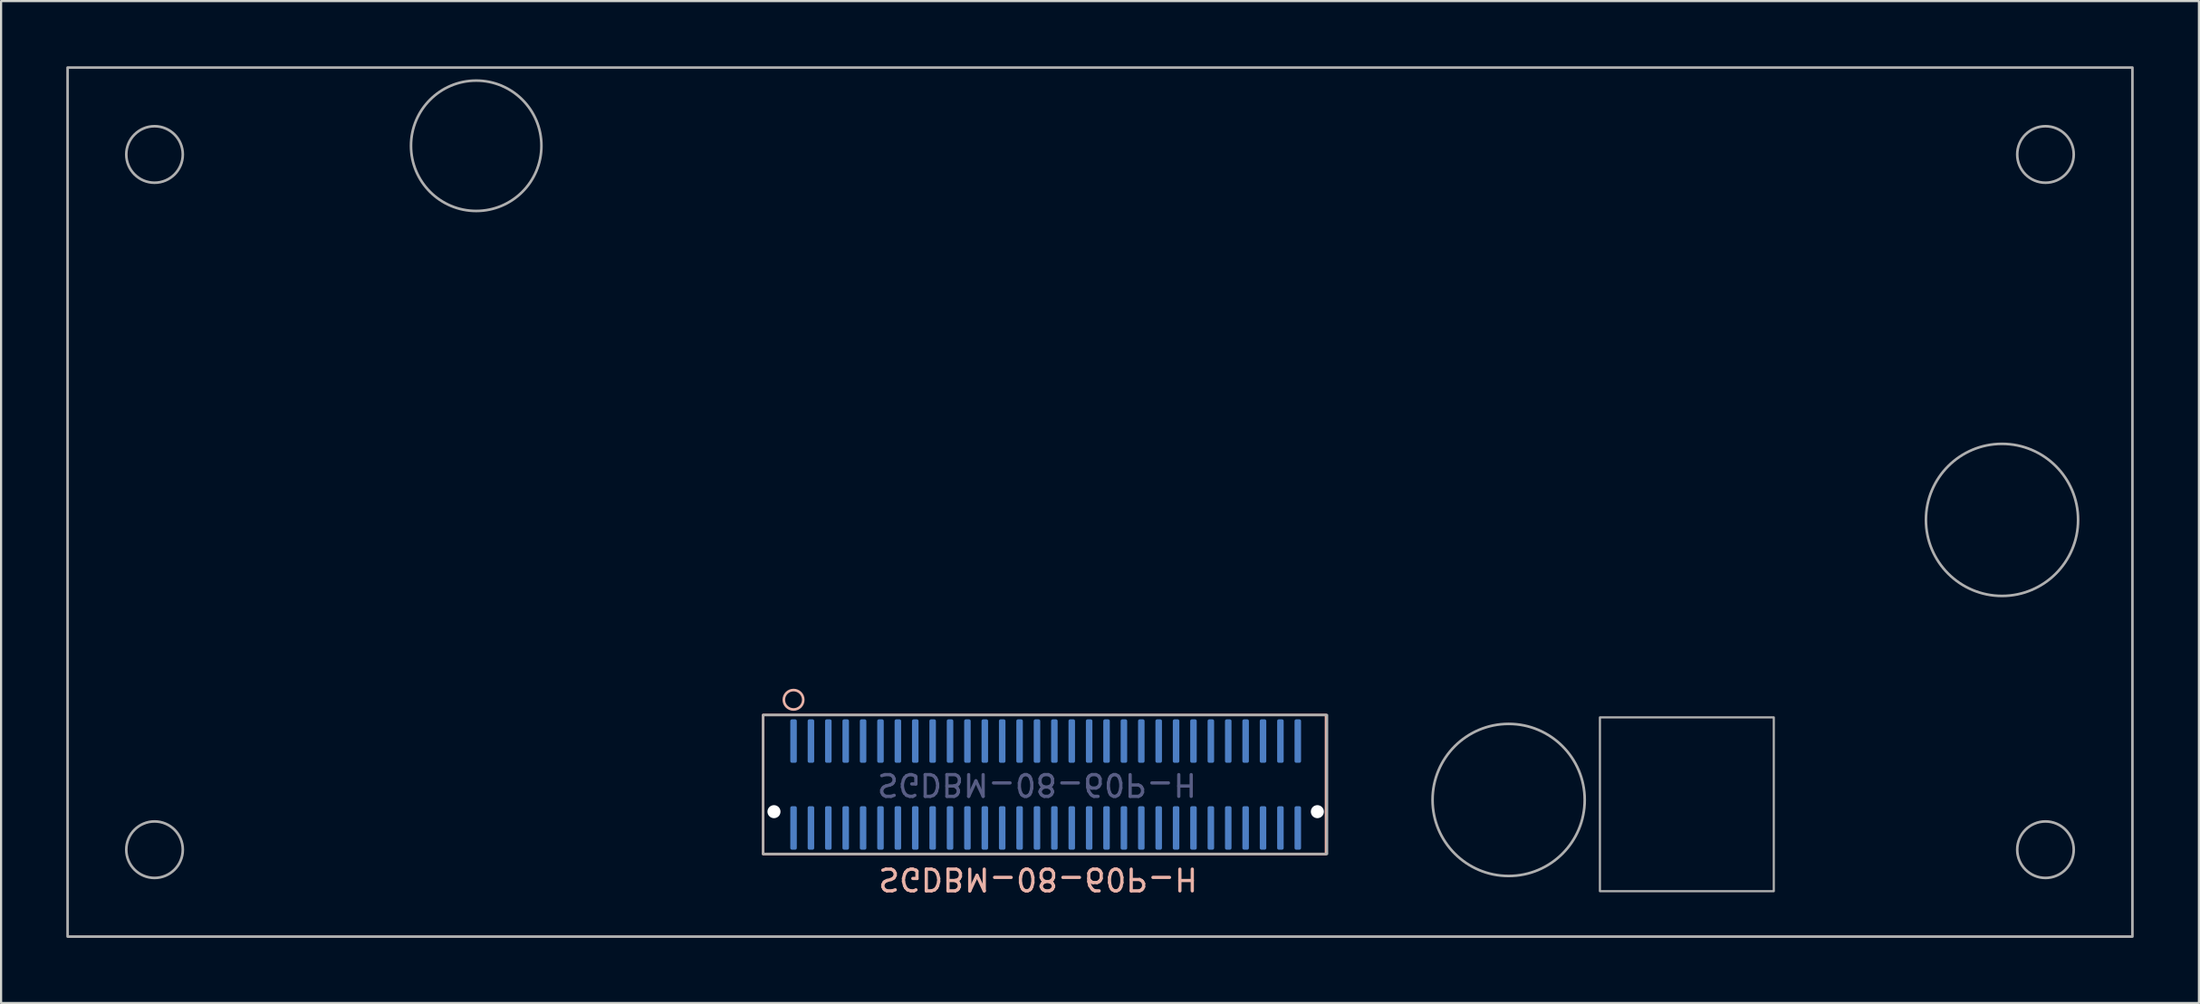
<source format=kicad_pcb>
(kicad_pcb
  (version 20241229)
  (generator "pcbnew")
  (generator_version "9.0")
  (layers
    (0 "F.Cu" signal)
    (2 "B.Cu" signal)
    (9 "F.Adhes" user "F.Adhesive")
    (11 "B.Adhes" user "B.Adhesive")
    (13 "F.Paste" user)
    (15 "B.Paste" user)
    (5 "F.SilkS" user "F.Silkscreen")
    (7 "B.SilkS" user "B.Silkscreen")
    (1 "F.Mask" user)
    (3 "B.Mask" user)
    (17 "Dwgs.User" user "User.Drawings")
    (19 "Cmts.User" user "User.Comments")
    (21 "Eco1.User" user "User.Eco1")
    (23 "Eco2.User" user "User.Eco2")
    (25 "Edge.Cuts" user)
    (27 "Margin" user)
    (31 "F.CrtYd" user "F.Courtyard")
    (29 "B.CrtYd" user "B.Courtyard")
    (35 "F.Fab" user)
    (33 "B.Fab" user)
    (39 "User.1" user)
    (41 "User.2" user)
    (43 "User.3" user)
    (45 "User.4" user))
  (footprint "SGDBM-08-60P-H"
    (layer "F.Cu")
    (at 45.06 33.06)
    (property "Reference" "SGDBM-08-60P-H" (at -0.35 4.35 180) (unlocked yes) (layer "B.SilkS") (effects (font (size 1 1) (thickness 0.15)) (justify mirror)))
    (attr smd)
    (fp_rect (start -13 3.2) (end 12.9 -3.2) (stroke (width 0.12) (type solid)) (fill no) (layer "B.SilkS"))
    (fp_circle (center -11.6 -3.9) (end -11.2 -4.1) (stroke (width 0.12) (type solid)) (fill no) (layer "B.SilkS"))
    (fp_rect (start -45 -33) (end 50 7) (stroke (width 0.12) (type solid)) (fill no) (layer "F.Fab"))
    (fp_rect (start 12.95 3.2) (end -13 -3.2) (stroke (width 0.1) (type solid)) (fill no) (layer "F.Fab"))
    (fp_rect (start 25.5 -3.09) (end 33.5 4.91) (stroke (width 0.1) (type solid)) (fill no) (layer "F.Fab"))
    (fp_circle (center -41 -29) (end -39.7 -29) (stroke (width 0.12) (type solid)) (fill no) (layer "F.Fab"))
    (fp_circle (center -41 3) (end -39.7 3) (stroke (width 0.12) (type solid)) (fill no) (layer "F.Fab"))
    (fp_circle (center -26.2 -29.4) (end -23.2 -29.4) (stroke (width 0.12) (type solid)) (fill no) (layer "F.Fab"))
    (fp_circle (center 21.3 0.71) (end 24.8 0.71) (stroke (width 0.12) (type solid)) (fill no) (layer "F.Fab"))
    (fp_circle (center 44 -12.18) (end 47.5 -12.18) (stroke (width 0.12) (type solid)) (fill no) (layer "F.Fab"))
    (fp_circle (center 46 -29) (end 47.3 -29) (stroke (width 0.12) (type solid)) (fill no) (layer "F.Fab"))
    (fp_circle (center 46 3) (end 47.3 3) (stroke (width 0.12) (type solid)) (fill no) (layer "F.Fab"))
    (fp_text user "${REFERENCE}" (at -0.4 0 180) (unlocked yes) (layer "B.Fab") (effects (font (size 1 1) (thickness 0.15)) (justify mirror)))
    (pad "" np_thru_hole circle (at -12.5 1.25 180) (size 0.6 0.6) (drill 0.6) (layers "*.Cu" "*.Mask"))
    (pad "" np_thru_hole circle (at 12.5 1.25 180) (size 0.6 0.6) (drill 0.6) (layers "*.Cu" "*.Mask"))
    (pad "1" smd roundrect (at 11.6 -2) (size 0.3 2) (layers "B.Cu" "B.Mask" "B.Paste") (roundrect_rratio 0.25))
    (pad "2" smd roundrect (at 11.6 2) (size 0.3 2) (layers "B.Cu" "B.Mask" "B.Paste") (roundrect_rratio 0.25))
    (pad "3" smd roundrect (at 10.8 -2) (size 0.3 2) (layers "B.Cu" "B.Mask" "B.Paste") (roundrect_rratio 0.25))
    (pad "4" smd roundrect (at 10.8 2) (size 0.3 2) (layers "B.Cu" "B.Mask" "B.Paste") (roundrect_rratio 0.25))
    (pad "5" smd roundrect (at 10 -2) (size 0.3 2) (layers "B.Cu" "B.Mask" "B.Paste") (roundrect_rratio 0.25))
    (pad "6" smd roundrect (at 10 2) (size 0.3 2) (layers "B.Cu" "B.Mask" "B.Paste") (roundrect_rratio 0.25))
    (pad "7" smd roundrect (at 9.2 -2) (size 0.3 2) (layers "B.Cu" "B.Mask" "B.Paste") (roundrect_rratio 0.25))
    (pad "8" smd roundrect (at 9.2 2) (size 0.3 2) (layers "B.Cu" "B.Mask" "B.Paste") (roundrect_rratio 0.25))
    (pad "9" smd roundrect (at 8.4 -2) (size 0.3 2) (layers "B.Cu" "B.Mask" "B.Paste") (roundrect_rratio 0.25))
    (pad "10" smd roundrect (at 8.4 2) (size 0.3 2) (layers "B.Cu" "B.Mask" "B.Paste") (roundrect_rratio 0.25))
    (pad "11" smd roundrect (at 7.6 -2) (size 0.3 2) (layers "B.Cu" "B.Mask" "B.Paste") (roundrect_rratio 0.25))
    (pad "12" smd roundrect (at 7.6 2) (size 0.3 2) (layers "B.Cu" "B.Mask" "B.Paste") (roundrect_rratio 0.25))
    (pad "13" smd roundrect (at 6.8 -2) (size 0.3 2) (layers "B.Cu" "B.Mask" "B.Paste") (roundrect_rratio 0.25))
    (pad "14" smd roundrect (at 6.8 2) (size 0.3 2) (layers "B.Cu" "B.Mask" "B.Paste") (roundrect_rratio 0.25))
    (pad "15" smd roundrect (at 6 -2) (size 0.3 2) (layers "B.Cu" "B.Mask" "B.Paste") (roundrect_rratio 0.25))
    (pad "16" smd roundrect (at 5.2 2) (size 0.3 2) (layers "B.Cu" "B.Mask" "B.Paste") (roundrect_rratio 0.25))
    (pad "17" smd roundrect (at 5.2 -2) (size 0.3 2) (layers "B.Cu" "B.Mask" "B.Paste") (roundrect_rratio 0.25))
    (pad "18" smd roundrect (at 6 2) (size 0.3 2) (layers "B.Cu" "B.Mask" "B.Paste") (roundrect_rratio 0.25))
    (pad "19" smd roundrect (at 4.4 -2) (size 0.3 2) (layers "B.Cu" "B.Mask" "B.Paste") (roundrect_rratio 0.25))
    (pad "20" smd roundrect (at 4.4 2) (size 0.3 2) (layers "B.Cu" "B.Mask" "B.Paste") (roundrect_rratio 0.25))
    (pad "21" smd roundrect (at 3.6 -2) (size 0.3 2) (layers "B.Cu" "B.Mask" "B.Paste") (roundrect_rratio 0.25))
    (pad "22" smd roundrect (at 3.6 2) (size 0.3 2) (layers "B.Cu" "B.Mask" "B.Paste") (roundrect_rratio 0.25))
    (pad "23" smd roundrect (at 2.8 -2) (size 0.3 2) (layers "B.Cu" "B.Mask" "B.Paste") (roundrect_rratio 0.25))
    (pad "24" smd roundrect (at 2.8 2) (size 0.3 2) (layers "B.Cu" "B.Mask" "B.Paste") (roundrect_rratio 0.25))
    (pad "25" smd roundrect (at 2 -2) (size 0.3 2) (layers "B.Cu" "B.Mask" "B.Paste") (roundrect_rratio 0.25))
    (pad "26" smd roundrect (at 2 2) (size 0.3 2) (layers "B.Cu" "B.Mask" "B.Paste") (roundrect_rratio 0.25))
    (pad "27" smd roundrect (at 1.2 -2) (size 0.3 2) (layers "B.Cu" "B.Mask" "B.Paste") (roundrect_rratio 0.25))
    (pad "28" smd roundrect (at 1.2 2) (size 0.3 2) (layers "B.Cu" "B.Mask" "B.Paste") (roundrect_rratio 0.25))
    (pad "29" smd roundrect (at 0.4 -2) (size 0.3 2) (layers "B.Cu" "B.Mask" "B.Paste") (roundrect_rratio 0.25))
    (pad "30" smd roundrect (at 0.4 2) (size 0.3 2) (layers "B.Cu" "B.Mask" "B.Paste") (roundrect_rratio 0.25))
    (pad "31" smd roundrect (at -0.4 -2) (size 0.3 2) (layers "B.Cu" "B.Mask" "B.Paste") (roundrect_rratio 0.25))
    (pad "32" smd roundrect (at -0.4 2) (size 0.3 2) (layers "B.Cu" "B.Mask" "B.Paste") (roundrect_rratio 0.25))
    (pad "33" smd roundrect (at -1.2 -2) (size 0.3 2) (layers "B.Cu" "B.Mask" "B.Paste") (roundrect_rratio 0.25))
    (pad "34" smd roundrect (at -1.2 2) (size 0.3 2) (layers "B.Cu" "B.Mask" "B.Paste") (roundrect_rratio 0.25))
    (pad "35" smd roundrect (at -2 -2) (size 0.3 2) (layers "B.Cu" "B.Mask" "B.Paste") (roundrect_rratio 0.25))
    (pad "36" smd roundrect (at -2 2) (size 0.3 2) (layers "B.Cu" "B.Mask" "B.Paste") (roundrect_rratio 0.25))
    (pad "37" smd roundrect (at -2.8 -2) (size 0.3 2) (layers "B.Cu" "B.Mask" "B.Paste") (roundrect_rratio 0.25))
    (pad "38" smd roundrect (at -2.8 2) (size 0.3 2) (layers "B.Cu" "B.Mask" "B.Paste") (roundrect_rratio 0.25))
    (pad "39" smd roundrect (at -3.6 -2) (size 0.3 2) (layers "B.Cu" "B.Mask" "B.Paste") (roundrect_rratio 0.25))
    (pad "40" smd roundrect (at -3.6 2) (size 0.3 2) (layers "B.Cu" "B.Mask" "B.Paste") (roundrect_rratio 0.25))
    (pad "41" smd roundrect (at -4.4 -2) (size 0.3 2) (layers "B.Cu" "B.Mask" "B.Paste") (roundrect_rratio 0.25))
    (pad "42" smd roundrect (at -4.4 2) (size 0.3 2) (layers "B.Cu" "B.Mask" "B.Paste") (roundrect_rratio 0.25))
    (pad "43" smd roundrect (at -5.2 -2) (size 0.3 2) (layers "B.Cu" "B.Mask" "B.Paste") (roundrect_rratio 0.25))
    (pad "44" smd roundrect (at -5.2 2) (size 0.3 2) (layers "B.Cu" "B.Mask" "B.Paste") (roundrect_rratio 0.25))
    (pad "45" smd roundrect (at -6 -2) (size 0.3 2) (layers "B.Cu" "B.Mask" "B.Paste") (roundrect_rratio 0.25))
    (pad "46" smd roundrect (at -6 2) (size 0.3 2) (layers "B.Cu" "B.Mask" "B.Paste") (roundrect_rratio 0.25))
    (pad "47" smd roundrect (at -6.8 -2) (size 0.3 2) (layers "B.Cu" "B.Mask" "B.Paste") (roundrect_rratio 0.25))
    (pad "48" smd roundrect (at -6.8 2) (size 0.3 2) (layers "B.Cu" "B.Mask" "B.Paste") (roundrect_rratio 0.25))
    (pad "49" smd roundrect (at -7.6 -2) (size 0.3 2) (layers "B.Cu" "B.Mask" "B.Paste") (roundrect_rratio 0.25))
    (pad "50" smd roundrect (at -7.6 2) (size 0.3 2) (layers "B.Cu" "B.Mask" "B.Paste") (roundrect_rratio 0.25))
    (pad "51" smd roundrect (at -8.4 -2) (size 0.3 2) (layers "B.Cu" "B.Mask" "B.Paste") (roundrect_rratio 0.25))
    (pad "52" smd roundrect (at -8.4 2) (size 0.3 2) (layers "B.Cu" "B.Mask" "B.Paste") (roundrect_rratio 0.25))
    (pad "53" smd roundrect (at -9.2 -2) (size 0.3 2) (layers "B.Cu" "B.Mask" "B.Paste") (roundrect_rratio 0.25))
    (pad "54" smd roundrect (at -9.2 2) (size 0.3 2) (layers "B.Cu" "B.Mask" "B.Paste") (roundrect_rratio 0.25))
    (pad "55" smd roundrect (at -10 -2) (size 0.3 2) (layers "B.Cu" "B.Mask" "B.Paste") (roundrect_rratio 0.25))
    (pad "56" smd roundrect (at -10 2) (size 0.3 2) (layers "B.Cu" "B.Mask" "B.Paste") (roundrect_rratio 0.25))
    (pad "57" smd roundrect (at -10.8 -2) (size 0.3 2) (layers "B.Cu" "B.Mask" "B.Paste") (roundrect_rratio 0.25))
    (pad "58" smd roundrect (at -10.8 2) (size 0.3 2) (layers "B.Cu" "B.Mask" "B.Paste") (roundrect_rratio 0.25))
    (pad "59" smd roundrect (at -11.6 -2) (size 0.3 2) (layers "B.Cu" "B.Mask" "B.Paste") (roundrect_rratio 0.25))
    (pad "60" smd roundrect (at -11.6 2) (size 0.3 2) (layers "B.Cu" "B.Mask" "B.Paste") (roundrect_rratio 0.25)))
  (gr_rect
    (start -3 -3)
    (end 98.12 43.12)
    (stroke (width 0.1) (type default))
    (fill no)
    (layer "Edge.Cuts")))
</source>
